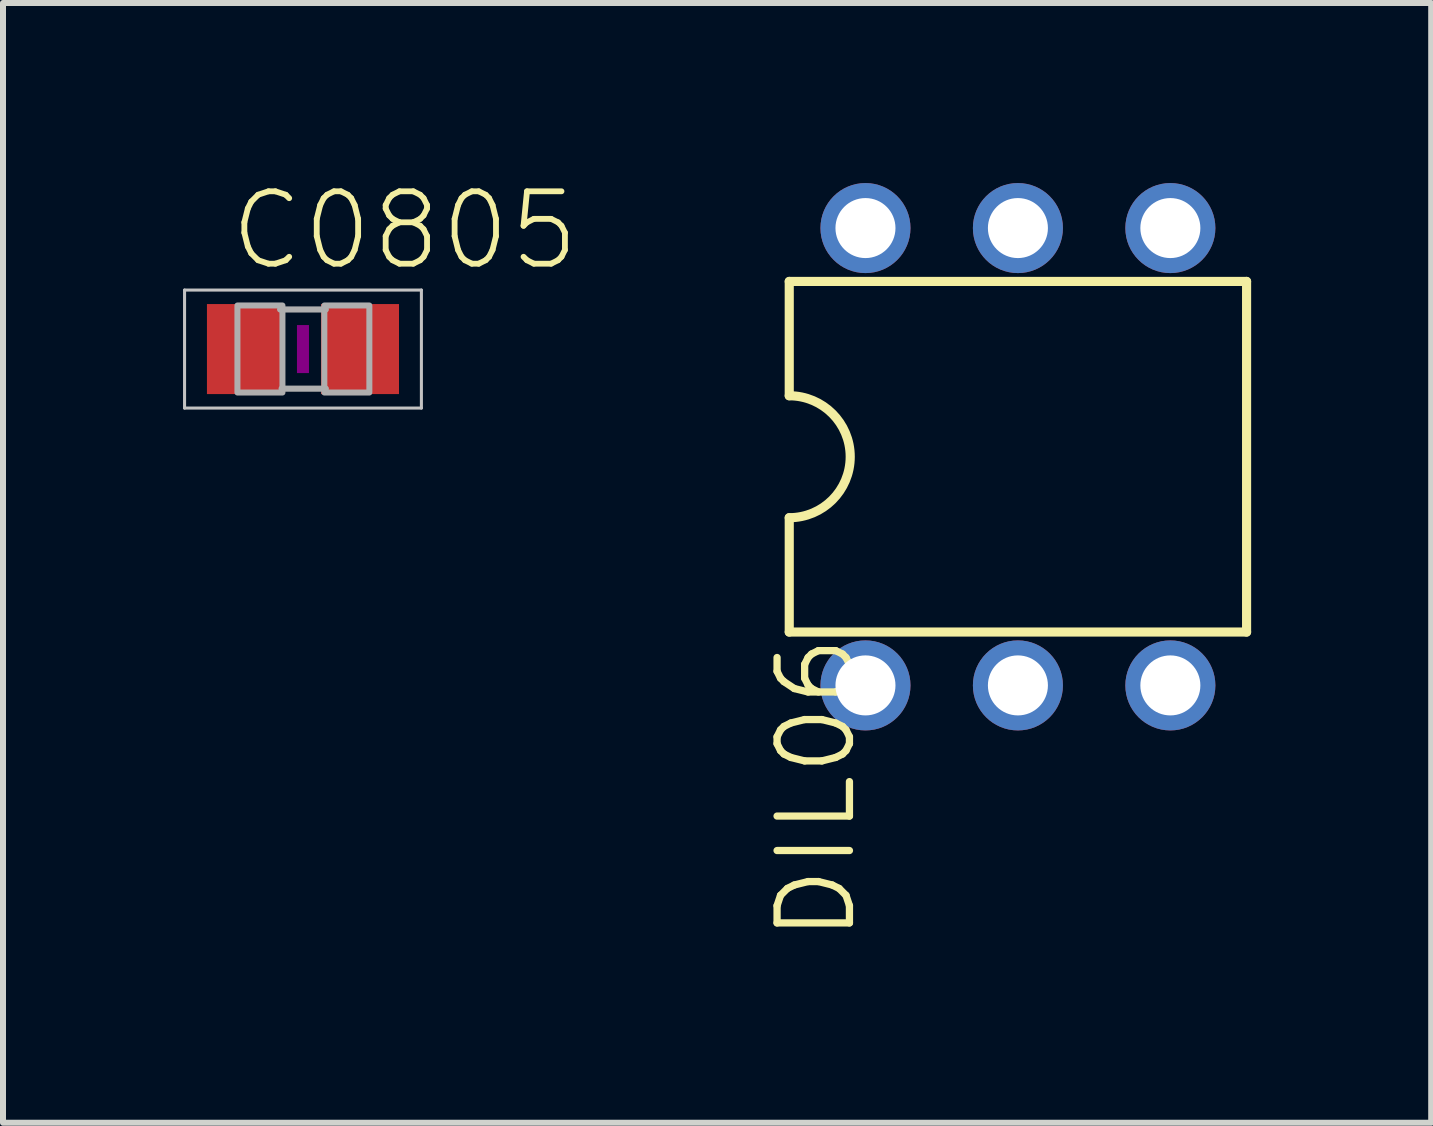
<source format=kicad_pcb>
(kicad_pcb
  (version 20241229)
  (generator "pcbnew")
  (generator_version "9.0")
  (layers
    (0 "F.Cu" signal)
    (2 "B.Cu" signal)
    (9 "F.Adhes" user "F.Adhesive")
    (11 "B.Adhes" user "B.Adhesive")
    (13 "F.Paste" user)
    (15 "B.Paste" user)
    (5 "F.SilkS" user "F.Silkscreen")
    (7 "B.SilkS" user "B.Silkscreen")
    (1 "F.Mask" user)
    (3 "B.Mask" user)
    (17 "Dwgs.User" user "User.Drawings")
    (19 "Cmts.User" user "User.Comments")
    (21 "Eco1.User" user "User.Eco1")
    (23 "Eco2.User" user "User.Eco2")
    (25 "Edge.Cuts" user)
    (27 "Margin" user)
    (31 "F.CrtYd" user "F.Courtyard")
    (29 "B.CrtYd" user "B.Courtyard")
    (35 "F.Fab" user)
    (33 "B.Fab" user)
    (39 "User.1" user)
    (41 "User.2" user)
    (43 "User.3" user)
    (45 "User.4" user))
  (footprint "DIL06"
    (layer "F.Cu")
    (at 13.91 4.56)
    (property "Reference" "DIL06" (at -4.064 2.921 270) (layer "F.SilkS") (effects (font (size 1.206 1.206) (thickness 0.121)) (justify right top)))
    (attr through_hole)
    (fp_line (start -3.81 -2.921) (end -3.81 -1.016) (stroke (width 0.152) (type solid)) (layer "F.SilkS"))
    (fp_line (start -3.81 2.921) (end -3.81 1.016) (stroke (width 0.152) (type solid)) (layer "F.SilkS"))
    (fp_line (start -3.81 2.921) (end 3.81 2.921) (stroke (width 0.152) (type solid)) (layer "F.SilkS"))
    (fp_line (start 3.81 -2.921) (end -3.81 -2.921) (stroke (width 0.152) (type solid)) (layer "F.SilkS"))
    (fp_line (start 3.81 -2.921) (end 3.81 2.921) (stroke (width 0.152) (type solid)) (layer "F.SilkS"))
    (fp_arc (start -3.81 -1.016) (mid -2.794 0) (end -3.81 1.016) (stroke (width 0.1524) (type solid)) (layer "F.SilkS"))
    (pad "P$1" thru_hole circle (at -2.54 3.81) (size 1.5 1.5) (drill 1) (layers "*.Cu" "*.Mask"))
    (pad "P$2" thru_hole circle (at 0 3.81) (size 1.5 1.5) (drill 1) (layers "*.Cu" "*.Mask"))
    (pad "P$3" thru_hole circle (at 2.54 3.81) (size 1.5 1.5) (drill 1) (layers "*.Cu" "*.Mask"))
    (pad "P$4" thru_hole circle (at 2.54 -3.81) (size 1.5 1.5) (drill 1) (layers "*.Cu" "*.Mask"))
    (pad "P$5" thru_hole circle (at 0 -3.81) (size 1.5 1.5) (drill 1) (layers "*.Cu" "*.Mask"))
    (pad "P$6" thru_hole circle (at -2.54 -3.81) (size 1.5 1.5) (drill 1) (layers "*.Cu" "*.Mask")))
  (footprint "C0805"
    (layer "F.Cu")
    (at 1.998 2.766)
    (property "Reference" "C0805" (at -1.27 -1.27 0) (layer "F.SilkS") (effects (font (size 1.206 1.206) (thickness 0.097)) (justify left bottom)))
    (attr through_hole)
    (fp_poly (pts (xy -0.1 0.4) (xy 0.1 0.4) (xy 0.1 -0.4) (xy -0.1 -0.4)) (stroke (width 0) (type solid)) (fill yes) (layer "F.Adhes"))
    (fp_line (start -1.973 -0.983) (end 1.973 -0.983) (stroke (width 0.051) (type solid)) (layer "Dwgs.User"))
    (fp_line (start -1.973 0.983) (end -1.973 -0.983) (stroke (width 0.051) (type solid)) (layer "Dwgs.User"))
    (fp_line (start 1.973 -0.983) (end 1.973 0.983) (stroke (width 0.051) (type solid)) (layer "Dwgs.User"))
    (fp_line (start 1.973 0.983) (end -1.973 0.983) (stroke (width 0.051) (type solid)) (layer "Dwgs.User"))
    (fp_line (start -0.381 -0.66) (end 0.381 -0.66) (stroke (width 0.102) (type solid)) (layer "F.Fab"))
    (fp_line (start -0.356 0.66) (end 0.381 0.66) (stroke (width 0.102) (type solid)) (layer "F.Fab"))
    (fp_poly (pts (xy -1.092 0.724) (xy -0.342 0.724) (xy -0.342 -0.726) (xy -1.092 -0.726)) (stroke (width 0.1) (type solid)) (fill no) (layer "F.Fab"))
    (fp_poly (pts (xy 0.356 0.724) (xy 1.106 0.724) (xy 1.106 -0.726) (xy 0.356 -0.726)) (stroke (width 0.1) (type solid)) (fill no) (layer "F.Fab"))
    (pad "1" smd rect (at -0.95 0) (size 1.3 1.5) (layers "F.Cu" "F.Mask" "F.Paste"))
    (pad "2" smd rect (at 0.95 0) (size 1.3 1.5) (layers "F.Cu" "F.Mask" "F.Paste")))
  (gr_rect
    (start -3 -3)
    (end 20.796 15.657)
    (stroke (width 0.1) (type default))
    (fill no)
    (layer "Edge.Cuts")))
</source>
